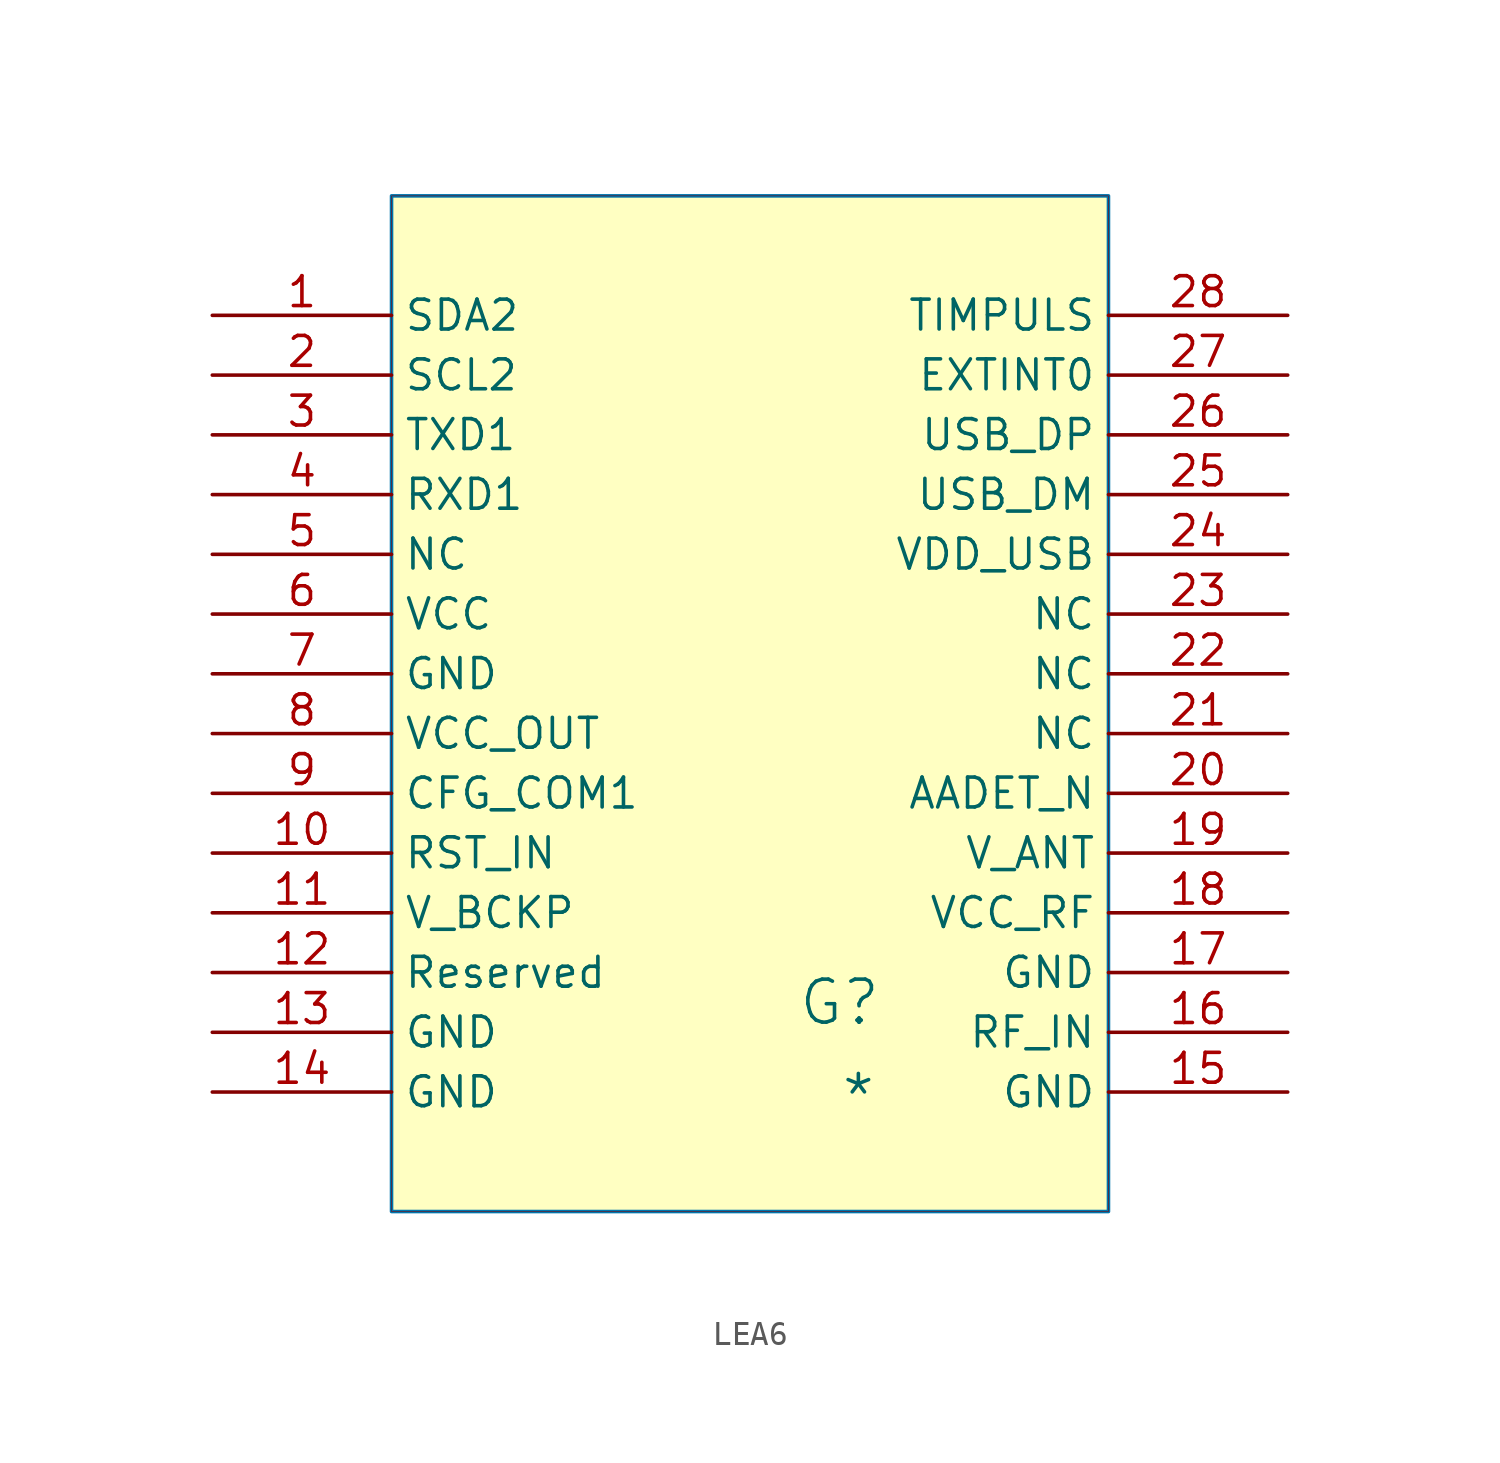
<source format=kicad_sym>
(kicad_symbol_lib
  (version 20241209)
  (generator "kicad_symbol_editor")
  (generator_version "9.0")
  (symbol "LEA6"
    (property "Reference" "G"
      (at -1.27 1.27 0)
      (effects (font (size 1.829 1.829))))
    (property "Value" "*"
      (at -1.27 -3.81 0)
      (effects (font (size 1.829 1.829)) (justify left bottom)))
    (symbol "LEA6_1_0"
      (polyline (pts (xy -20.32 35.56) (xy 10.16 35.56) (xy 10.16 -7.62) (xy -20.32 -7.62) (xy -20.32 35.56)) (stroke (width 0) (type solid) (color 0 117 173 1)) (fill (type none)))
      (rectangle (start 10.16 35.56) (end -20.32 -7.62) (stroke (width 0.025) (type solid) (color 128 0 0 1)) (fill (type background)))
      (pin passive line (at -27.94 30.48 0) (length 7.62) (name "SDA2" (effects (font (size 1.27 1.27)))) (number "1" (effects (font (size 1.27 1.27)))))
      (pin passive line (at -27.94 27.94 0) (length 7.62) (name "SCL2" (effects (font (size 1.27 1.27)))) (number "2" (effects (font (size 1.27 1.27)))))
      (pin passive line (at -27.94 25.4 0) (length 7.62) (name "TXD1" (effects (font (size 1.27 1.27)))) (number "3" (effects (font (size 1.27 1.27)))))
      (pin passive line (at -27.94 22.86 0) (length 7.62) (name "RXD1" (effects (font (size 1.27 1.27)))) (number "4" (effects (font (size 1.27 1.27)))))
      (pin passive line (at -27.94 20.32 0) (length 7.62) (name "NC" (effects (font (size 1.27 1.27)))) (number "5" (effects (font (size 1.27 1.27)))))
      (pin passive line (at -27.94 17.78 0) (length 7.62) (name "VCC" (effects (font (size 1.27 1.27)))) (number "6" (effects (font (size 1.27 1.27)))))
      (pin passive line (at -27.94 15.24 0) (length 7.62) (name "GND" (effects (font (size 1.27 1.27)))) (number "7" (effects (font (size 1.27 1.27)))))
      (pin passive line (at -27.94 12.7 0) (length 7.62) (name "VCC_OUT" (effects (font (size 1.27 1.27)))) (number "8" (effects (font (size 1.27 1.27)))))
      (pin passive line (at -27.94 10.16 0) (length 7.62) (name "CFG_COM1" (effects (font (size 1.27 1.27)))) (number "9" (effects (font (size 1.27 1.27)))))
      (pin passive line (at -27.94 7.62 0) (length 7.62) (name "RST_IN" (effects (font (size 1.27 1.27)))) (number "10" (effects (font (size 1.27 1.27)))))
      (pin passive line (at -27.94 5.08 0) (length 7.62) (name "V_BCKP" (effects (font (size 1.27 1.27)))) (number "11" (effects (font (size 1.27 1.27)))))
      (pin passive line (at -27.94 2.54 0) (length 7.62) (name "Reserved" (effects (font (size 1.27 1.27)))) (number "12" (effects (font (size 1.27 1.27)))))
      (pin passive line (at -27.94 0 0) (length 7.62) (name "GND" (effects (font (size 1.27 1.27)))) (number "13" (effects (font (size 1.27 1.27)))))
      (pin passive line (at -27.94 -2.54 0) (length 7.62) (name "GND" (effects (font (size 1.27 1.27)))) (number "14" (effects (font (size 1.27 1.27)))))
      (pin passive line (at 17.78 30.48 180) (length 7.62) (name "TIMPULS" (effects (font (size 1.27 1.27)))) (number "28" (effects (font (size 1.27 1.27)))))
      (pin passive line (at 17.78 27.94 180) (length 7.62) (name "EXTINT0" (effects (font (size 1.27 1.27)))) (number "27" (effects (font (size 1.27 1.27)))))
      (pin passive line (at 17.78 25.4 180) (length 7.62) (name "USB_DP" (effects (font (size 1.27 1.27)))) (number "26" (effects (font (size 1.27 1.27)))))
      (pin passive line (at 17.78 22.86 180) (length 7.62) (name "USB_DM" (effects (font (size 1.27 1.27)))) (number "25" (effects (font (size 1.27 1.27)))))
      (pin passive line (at 17.78 20.32 180) (length 7.62) (name "VDD_USB" (effects (font (size 1.27 1.27)))) (number "24" (effects (font (size 1.27 1.27)))))
      (pin passive line (at 17.78 17.78 180) (length 7.62) (name "NC" (effects (font (size 1.27 1.27)))) (number "23" (effects (font (size 1.27 1.27)))))
      (pin passive line (at 17.78 15.24 180) (length 7.62) (name "NC" (effects (font (size 1.27 1.27)))) (number "22" (effects (font (size 1.27 1.27)))))
      (pin passive line (at 17.78 12.7 180) (length 7.62) (name "NC" (effects (font (size 1.27 1.27)))) (number "21" (effects (font (size 1.27 1.27)))))
      (pin passive line (at 17.78 10.16 180) (length 7.62) (name "AADET_N" (effects (font (size 1.27 1.27)))) (number "20" (effects (font (size 1.27 1.27)))))
      (pin passive line (at 17.78 7.62 180) (length 7.62) (name "V_ANT" (effects (font (size 1.27 1.27)))) (number "19" (effects (font (size 1.27 1.27)))))
      (pin passive line (at 17.78 5.08 180) (length 7.62) (name "VCC_RF" (effects (font (size 1.27 1.27)))) (number "18" (effects (font (size 1.27 1.27)))))
      (pin passive line (at 17.78 2.54 180) (length 7.62) (name "GND" (effects (font (size 1.27 1.27)))) (number "17" (effects (font (size 1.27 1.27)))))
      (pin passive line (at 17.78 0 180) (length 7.62) (name "RF_IN" (effects (font (size 1.27 1.27)))) (number "16" (effects (font (size 1.27 1.27)))))
      (pin passive line (at 17.78 -2.54 180) (length 7.62) (name "GND" (effects (font (size 1.27 1.27)))) (number "15" (effects (font (size 1.27 1.27))))))))
</source>
